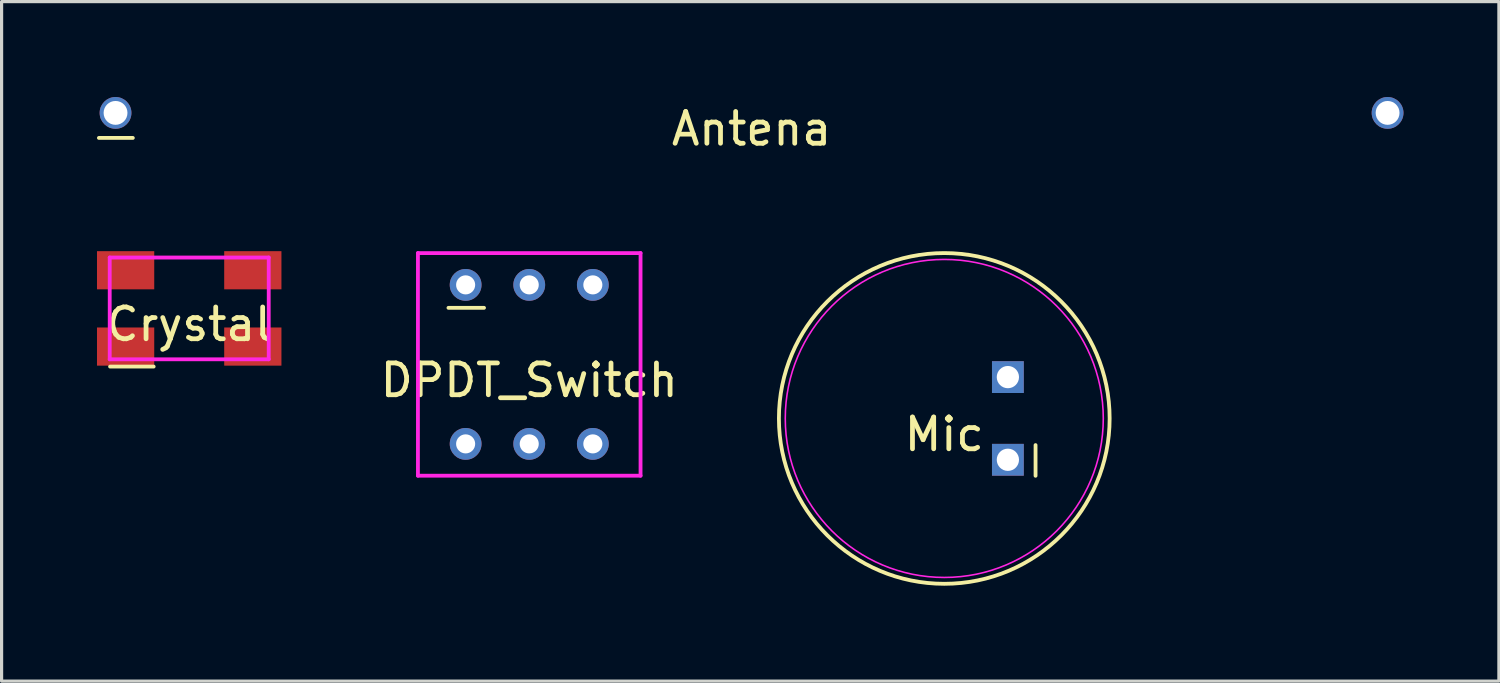
<source format=kicad_pcb>
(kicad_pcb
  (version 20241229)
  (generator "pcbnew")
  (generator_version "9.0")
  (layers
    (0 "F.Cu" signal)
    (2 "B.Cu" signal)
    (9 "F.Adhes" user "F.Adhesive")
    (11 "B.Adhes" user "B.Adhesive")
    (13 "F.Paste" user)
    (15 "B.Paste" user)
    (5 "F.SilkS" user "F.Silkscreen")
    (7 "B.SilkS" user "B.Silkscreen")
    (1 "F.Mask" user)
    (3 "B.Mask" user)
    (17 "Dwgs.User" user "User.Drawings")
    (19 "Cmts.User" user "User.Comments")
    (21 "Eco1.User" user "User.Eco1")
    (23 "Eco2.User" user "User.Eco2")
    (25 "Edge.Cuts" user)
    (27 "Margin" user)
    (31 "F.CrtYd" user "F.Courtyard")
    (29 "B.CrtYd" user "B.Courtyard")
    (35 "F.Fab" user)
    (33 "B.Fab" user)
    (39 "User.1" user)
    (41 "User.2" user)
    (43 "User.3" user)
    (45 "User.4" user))
  (footprint "Mic"
    (layer "F.Cu")
    (at 26.643 10.108)
    (property "Reference" "Mic" (at 0 0.5 0) (layer "F.SilkS") (effects (font (size 1 1) (thickness 0.15))))
    (attr through_hole)
    (fp_line (start 2.87 1.803) (end 2.87 0.838) (stroke (width 0.12) (type solid)) (layer "F.SilkS"))
    (fp_circle (center 0 0) (end 5.2 0) (stroke (width 0.12) (type solid)) (fill no) (layer "F.SilkS"))
    (fp_circle (center 0 0) (end 5 0) (stroke (width 0.05) (type solid)) (fill no) (layer "F.CrtYd"))
    (pad "1" thru_hole rect (at 2 1.3) (size 1 1) (drill 0.7) (layers "*.Cu" "*.Mask"))
    (pad "2" thru_hole rect (at 2 -1.3 90) (size 1 1) (drill 0.7) (layers "*.Cu" "*.Mask")))
  (footprint "DPDT_Switch"
    (layer "F.Cu")
    (at 13.592 8.408)
    (property "Reference" "DPDT_Switch" (at 0 0.5 0) (layer "F.SilkS") (effects (font (size 1 1) (thickness 0.15))))
    (attr through_hole)
    (fp_line (start -2.54 -1.778) (end -1.422 -1.778) (stroke (width 0.12) (type solid)) (layer "F.SilkS"))
    (fp_line (start -3.5 -3.5) (end 3.5 -3.5) (stroke (width 0.12) (type solid)) (layer "F.CrtYd"))
    (fp_line (start -3.5 3.5) (end -3.5 -3.5) (stroke (width 0.12) (type solid)) (layer "F.CrtYd"))
    (fp_line (start -3.5 3.5) (end 3.5 3.5) (stroke (width 0.12) (type solid)) (layer "F.CrtYd"))
    (fp_line (start 3.5 -3.5) (end 3.5 3.5) (stroke (width 0.12) (type solid)) (layer "F.CrtYd"))
    (pad "1" thru_hole circle (at -2 -2.5) (size 1 1) (drill 0.6) (layers "*.Cu" "*.Mask"))
    (pad "2" thru_hole circle (at 0 -2.5) (size 1 1) (drill 0.6) (layers "*.Cu" "*.Mask"))
    (pad "3" thru_hole circle (at 2 -2.5) (size 1 1) (drill 0.6) (layers "*.Cu" "*.Mask"))
    (pad "4" thru_hole circle (at -2 2.5) (size 1 1) (drill 0.6) (layers "*.Cu" "*.Mask"))
    (pad "5" thru_hole circle (at 0 2.5) (size 1 1) (drill 0.6) (layers "*.Cu" "*.Mask"))
    (pad "6" thru_hole circle (at 2 2.5) (size 1 1) (drill 0.6) (layers "*.Cu" "*.Mask")))
  (footprint "Crystal"
    (layer "F.Cu")
    (at 2.9 6.648)
    (property "Reference" "Crystal" (at 0 0.5 0) (layer "F.SilkS") (effects (font (size 1 1) (thickness 0.15))))
    (attr through_hole)
    (fp_line (start -2.489 1.829) (end -1.118 1.829) (stroke (width 0.12) (type solid)) (layer "F.SilkS"))
    (fp_line (start -2.5 -1.6) (end -2.5 1.6) (stroke (width 0.12) (type solid)) (layer "F.CrtYd"))
    (fp_line (start -2.5 -1.6) (end 2.5 -1.6) (stroke (width 0.12) (type solid)) (layer "F.CrtYd"))
    (fp_line (start -2.5 1.6) (end 2.5 1.6) (stroke (width 0.12) (type solid)) (layer "F.CrtYd"))
    (fp_line (start 2.5 1.6) (end 2.5 -1.6) (stroke (width 0.12) (type solid)) (layer "F.CrtYd"))
    (pad "1" smd rect (at -2 1.2 90) (size 1.2 1.8) (layers "F.Cu" "F.Mask" "F.Paste"))
    (pad "2" smd rect (at 2 1.2 90) (size 1.2 1.8) (layers "F.Cu" "F.Mask" "F.Paste"))
    (pad "3" smd rect (at 2 -1.2 90) (size 1.2 1.8) (layers "F.Cu" "F.Mask" "F.Paste"))
    (pad "4" smd rect (at -2 -1.2 90) (size 1.2 1.8) (layers "F.Cu" "F.Mask" "F.Paste")))
  (footprint "Antena"
    (layer "F.Cu")
    (at 20.583 0.5)
    (property "Reference" "Antena" (at 0 0.5 0) (layer "F.SilkS") (effects (font (size 1 1) (thickness 0.15))))
    (attr through_hole)
    (fp_line (start -20.523 0.787) (end -19.456 0.787) (stroke (width 0.12) (type solid)) (layer "F.SilkS"))
    (pad "1" thru_hole circle (at -20 0) (size 1 1) (drill 0.75) (layers "*.Cu" "*.Mask"))
    (pad "2" thru_hole circle (at 20 0) (size 1 1) (drill 0.75) (layers "*.Cu" "*.Mask")))
  (gr_rect
    (start -3 -3)
    (end 44.083 18.368)
    (stroke (width 0.1) (type default))
    (fill no)
    (layer "Edge.Cuts")))
</source>
